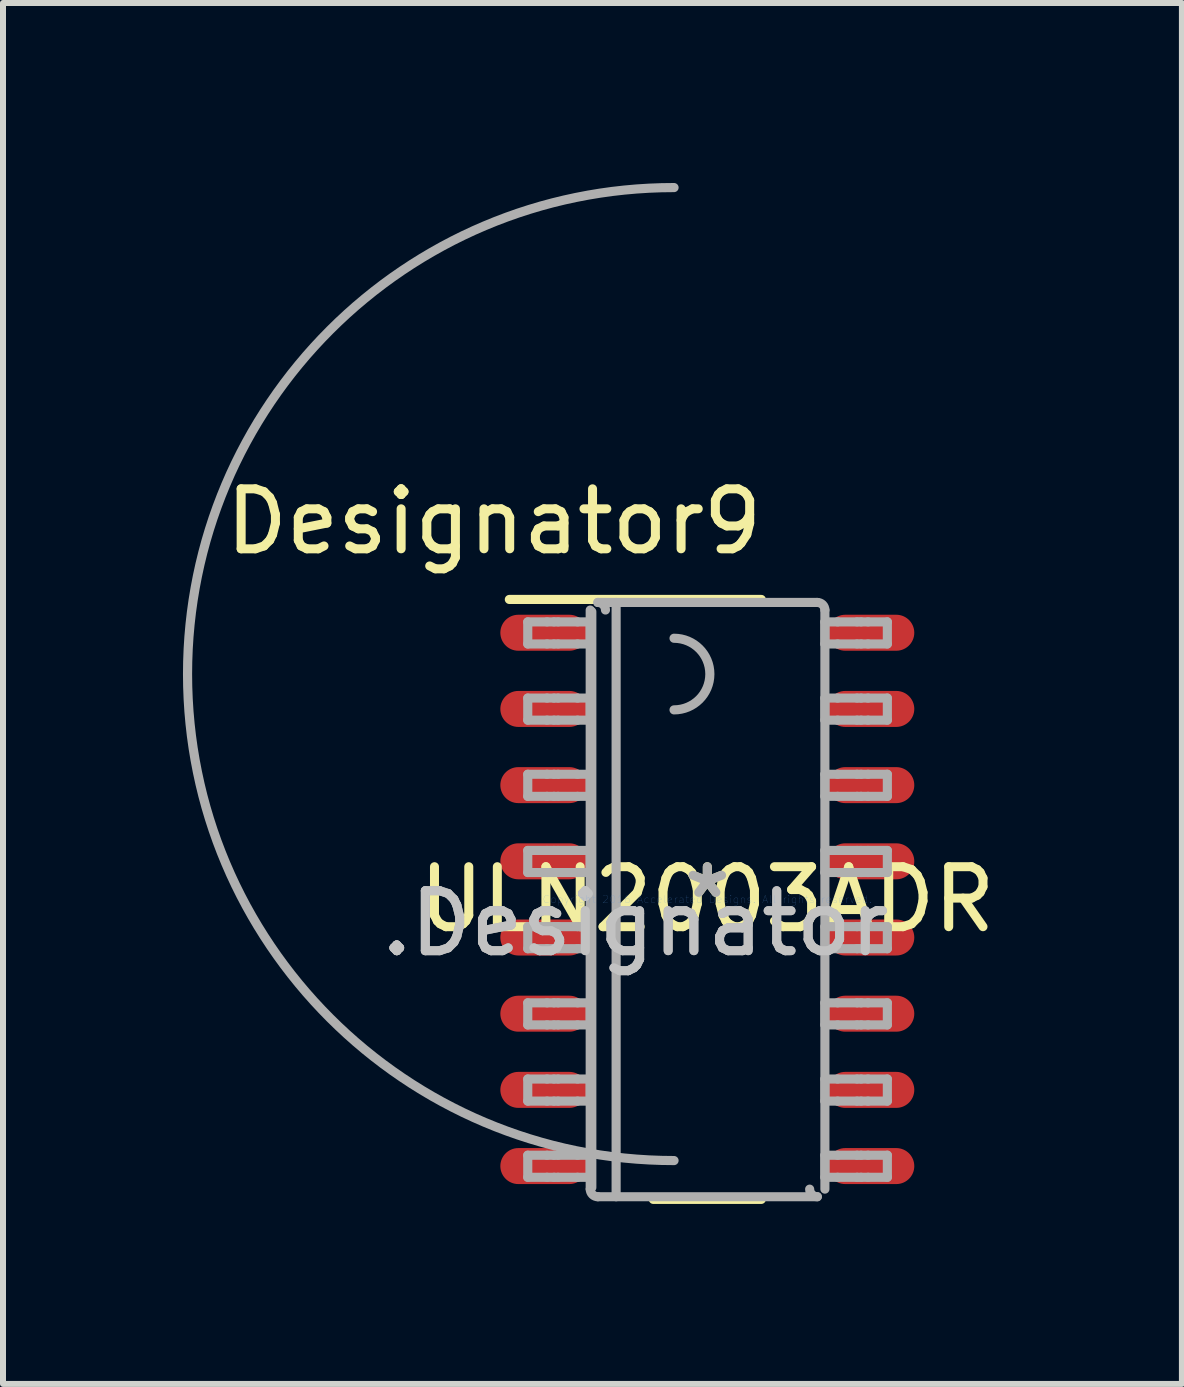
<source format=kicad_pcb>
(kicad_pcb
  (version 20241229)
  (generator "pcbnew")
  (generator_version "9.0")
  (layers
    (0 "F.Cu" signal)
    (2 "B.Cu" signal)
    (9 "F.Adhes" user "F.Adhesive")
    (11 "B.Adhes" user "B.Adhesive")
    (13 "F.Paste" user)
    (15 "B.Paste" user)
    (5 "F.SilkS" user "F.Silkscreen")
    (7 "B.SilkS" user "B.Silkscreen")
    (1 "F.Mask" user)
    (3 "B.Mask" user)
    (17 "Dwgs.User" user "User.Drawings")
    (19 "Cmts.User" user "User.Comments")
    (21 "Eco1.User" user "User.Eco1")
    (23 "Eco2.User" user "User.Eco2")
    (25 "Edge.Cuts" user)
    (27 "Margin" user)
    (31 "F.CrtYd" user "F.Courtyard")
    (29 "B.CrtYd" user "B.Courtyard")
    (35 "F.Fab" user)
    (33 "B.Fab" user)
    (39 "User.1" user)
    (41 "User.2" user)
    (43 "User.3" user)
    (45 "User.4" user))
  (footprint "ULN2003ADR"
    (layer "F.Cu")
    (at 8.74 11.942)
    (property "Reference" "ULN2003ADR" (at 0 0 0) (layer "F.SilkS") (effects (font (size 1 1) (thickness 0.15))))
    (attr through_hole)
    (fp_line (start -3.3 -5) (end 0.9 -5) (stroke (width 0.152) (type solid)) (layer "F.SilkS"))
    (fp_line (start -0.9 5) (end 0.9 5) (stroke (width 0.152) (type solid)) (layer "F.SilkS"))
    (fp_line (start -2.993 -4.626) (end -2.671 -4.626) (stroke (width 0.152) (type solid)) (layer "F.Fab"))
    (fp_line (start -2.993 -4.258) (end -2.993 -4.626) (stroke (width 0.152) (type solid)) (layer "F.Fab"))
    (fp_line (start -2.993 -4.258) (end -2.671 -4.258) (stroke (width 0.152) (type solid)) (layer "F.Fab"))
    (fp_line (start -2.993 -3.356) (end -2.671 -3.356) (stroke (width 0.152) (type solid)) (layer "F.Fab"))
    (fp_line (start -2.993 -2.988) (end -2.993 -3.356) (stroke (width 0.152) (type solid)) (layer "F.Fab"))
    (fp_line (start -2.993 -2.988) (end -2.671 -2.988) (stroke (width 0.152) (type solid)) (layer "F.Fab"))
    (fp_line (start -2.993 -2.086) (end -2.671 -2.086) (stroke (width 0.152) (type solid)) (layer "F.Fab"))
    (fp_line (start -2.993 -1.718) (end -2.993 -2.086) (stroke (width 0.152) (type solid)) (layer "F.Fab"))
    (fp_line (start -2.993 -1.718) (end -2.671 -1.718) (stroke (width 0.152) (type solid)) (layer "F.Fab"))
    (fp_line (start -2.993 -0.816) (end -2.671 -0.816) (stroke (width 0.152) (type solid)) (layer "F.Fab"))
    (fp_line (start -2.993 -0.448) (end -2.993 -0.816) (stroke (width 0.152) (type solid)) (layer "F.Fab"))
    (fp_line (start -2.993 -0.448) (end -2.671 -0.448) (stroke (width 0.152) (type solid)) (layer "F.Fab"))
    (fp_line (start -2.993 0.454) (end -2.671 0.454) (stroke (width 0.152) (type solid)) (layer "F.Fab"))
    (fp_line (start -2.993 0.822) (end -2.993 0.454) (stroke (width 0.152) (type solid)) (layer "F.Fab"))
    (fp_line (start -2.993 0.822) (end -2.671 0.822) (stroke (width 0.152) (type solid)) (layer "F.Fab"))
    (fp_line (start -2.993 1.724) (end -2.671 1.724) (stroke (width 0.152) (type solid)) (layer "F.Fab"))
    (fp_line (start -2.993 2.092) (end -2.993 1.724) (stroke (width 0.152) (type solid)) (layer "F.Fab"))
    (fp_line (start -2.993 2.092) (end -2.671 2.092) (stroke (width 0.152) (type solid)) (layer "F.Fab"))
    (fp_line (start -2.993 2.994) (end -2.671 2.994) (stroke (width 0.152) (type solid)) (layer "F.Fab"))
    (fp_line (start -2.993 3.362) (end -2.993 2.994) (stroke (width 0.152) (type solid)) (layer "F.Fab"))
    (fp_line (start -2.993 3.362) (end -2.671 3.362) (stroke (width 0.152) (type solid)) (layer "F.Fab"))
    (fp_line (start -2.993 4.264) (end -2.671 4.264) (stroke (width 0.152) (type solid)) (layer "F.Fab"))
    (fp_line (start -2.993 4.632) (end -2.993 4.264) (stroke (width 0.152) (type solid)) (layer "F.Fab"))
    (fp_line (start -2.993 4.632) (end -2.671 4.632) (stroke (width 0.152) (type solid)) (layer "F.Fab"))
    (fp_line (start -2.671 -4.626) (end -2.555 -4.626) (stroke (width 0.152) (type solid)) (layer "F.Fab"))
    (fp_line (start -2.671 -4.258) (end -2.555 -4.258) (stroke (width 0.152) (type solid)) (layer "F.Fab"))
    (fp_line (start -2.671 -3.356) (end -2.555 -3.356) (stroke (width 0.152) (type solid)) (layer "F.Fab"))
    (fp_line (start -2.671 -2.988) (end -2.555 -2.988) (stroke (width 0.152) (type solid)) (layer "F.Fab"))
    (fp_line (start -2.671 -2.086) (end -2.555 -2.086) (stroke (width 0.152) (type solid)) (layer "F.Fab"))
    (fp_line (start -2.671 -1.718) (end -2.555 -1.718) (stroke (width 0.152) (type solid)) (layer "F.Fab"))
    (fp_line (start -2.671 -0.816) (end -2.555 -0.816) (stroke (width 0.152) (type solid)) (layer "F.Fab"))
    (fp_line (start -2.671 -0.448) (end -2.555 -0.448) (stroke (width 0.152) (type solid)) (layer "F.Fab"))
    (fp_line (start -2.671 0.454) (end -2.555 0.454) (stroke (width 0.152) (type solid)) (layer "F.Fab"))
    (fp_line (start -2.671 0.822) (end -2.555 0.822) (stroke (width 0.152) (type solid)) (layer "F.Fab"))
    (fp_line (start -2.671 1.724) (end -2.555 1.724) (stroke (width 0.152) (type solid)) (layer "F.Fab"))
    (fp_line (start -2.671 2.092) (end -2.555 2.092) (stroke (width 0.152) (type solid)) (layer "F.Fab"))
    (fp_line (start -2.671 2.994) (end -2.555 2.994) (stroke (width 0.152) (type solid)) (layer "F.Fab"))
    (fp_line (start -2.671 3.362) (end -2.555 3.362) (stroke (width 0.152) (type solid)) (layer "F.Fab"))
    (fp_line (start -2.671 4.264) (end -2.555 4.264) (stroke (width 0.152) (type solid)) (layer "F.Fab"))
    (fp_line (start -2.671 4.632) (end -2.555 4.632) (stroke (width 0.152) (type solid)) (layer "F.Fab"))
    (fp_line (start -2.555 -4.626) (end -2.488 -4.626) (stroke (width 0.152) (type solid)) (layer "F.Fab"))
    (fp_line (start -2.555 -4.258) (end -2.488 -4.258) (stroke (width 0.152) (type solid)) (layer "F.Fab"))
    (fp_line (start -2.555 -3.356) (end -2.488 -3.356) (stroke (width 0.152) (type solid)) (layer "F.Fab"))
    (fp_line (start -2.555 -2.988) (end -2.488 -2.988) (stroke (width 0.152) (type solid)) (layer "F.Fab"))
    (fp_line (start -2.555 -2.086) (end -2.488 -2.086) (stroke (width 0.152) (type solid)) (layer "F.Fab"))
    (fp_line (start -2.555 -1.718) (end -2.488 -1.718) (stroke (width 0.152) (type solid)) (layer "F.Fab"))
    (fp_line (start -2.555 -0.816) (end -2.488 -0.816) (stroke (width 0.152) (type solid)) (layer "F.Fab"))
    (fp_line (start -2.555 -0.448) (end -2.488 -0.448) (stroke (width 0.152) (type solid)) (layer "F.Fab"))
    (fp_line (start -2.555 0.454) (end -2.488 0.454) (stroke (width 0.152) (type solid)) (layer "F.Fab"))
    (fp_line (start -2.555 0.822) (end -2.488 0.822) (stroke (width 0.152) (type solid)) (layer "F.Fab"))
    (fp_line (start -2.555 1.724) (end -2.488 1.724) (stroke (width 0.152) (type solid)) (layer "F.Fab"))
    (fp_line (start -2.555 2.092) (end -2.488 2.092) (stroke (width 0.152) (type solid)) (layer "F.Fab"))
    (fp_line (start -2.555 2.994) (end -2.488 2.994) (stroke (width 0.152) (type solid)) (layer "F.Fab"))
    (fp_line (start -2.555 3.362) (end -2.488 3.362) (stroke (width 0.152) (type solid)) (layer "F.Fab"))
    (fp_line (start -2.555 4.264) (end -2.488 4.264) (stroke (width 0.152) (type solid)) (layer "F.Fab"))
    (fp_line (start -2.555 4.632) (end -2.488 4.632) (stroke (width 0.152) (type solid)) (layer "F.Fab"))
    (fp_line (start -2.488 -4.626) (end -2.163 -4.626) (stroke (width 0.152) (type solid)) (layer "F.Fab"))
    (fp_line (start -2.488 -4.258) (end -2.163 -4.258) (stroke (width 0.152) (type solid)) (layer "F.Fab"))
    (fp_line (start -2.488 -3.356) (end -2.163 -3.356) (stroke (width 0.152) (type solid)) (layer "F.Fab"))
    (fp_line (start -2.488 -2.988) (end -2.163 -2.988) (stroke (width 0.152) (type solid)) (layer "F.Fab"))
    (fp_line (start -2.488 -2.086) (end -2.163 -2.086) (stroke (width 0.152) (type solid)) (layer "F.Fab"))
    (fp_line (start -2.488 -1.718) (end -2.163 -1.718) (stroke (width 0.152) (type solid)) (layer "F.Fab"))
    (fp_line (start -2.488 -0.816) (end -2.163 -0.816) (stroke (width 0.152) (type solid)) (layer "F.Fab"))
    (fp_line (start -2.488 -0.448) (end -2.163 -0.448) (stroke (width 0.152) (type solid)) (layer "F.Fab"))
    (fp_line (start -2.488 0.454) (end -2.163 0.454) (stroke (width 0.152) (type solid)) (layer "F.Fab"))
    (fp_line (start -2.488 0.822) (end -2.163 0.822) (stroke (width 0.152) (type solid)) (layer "F.Fab"))
    (fp_line (start -2.488 1.724) (end -2.163 1.724) (stroke (width 0.152) (type solid)) (layer "F.Fab"))
    (fp_line (start -2.488 2.092) (end -2.163 2.092) (stroke (width 0.152) (type solid)) (layer "F.Fab"))
    (fp_line (start -2.488 2.994) (end -2.163 2.994) (stroke (width 0.152) (type solid)) (layer "F.Fab"))
    (fp_line (start -2.488 3.362) (end -2.163 3.362) (stroke (width 0.152) (type solid)) (layer "F.Fab"))
    (fp_line (start -2.488 4.264) (end -2.163 4.264) (stroke (width 0.152) (type solid)) (layer "F.Fab"))
    (fp_line (start -2.488 4.632) (end -2.163 4.632) (stroke (width 0.152) (type solid)) (layer "F.Fab"))
    (fp_line (start -2.163 -4.626) (end -1.952 -4.626) (stroke (width 0.152) (type solid)) (layer "F.Fab"))
    (fp_line (start -2.163 -4.258) (end -1.952 -4.258) (stroke (width 0.152) (type solid)) (layer "F.Fab"))
    (fp_line (start -2.163 -3.356) (end -1.952 -3.356) (stroke (width 0.152) (type solid)) (layer "F.Fab"))
    (fp_line (start -2.163 -2.988) (end -1.952 -2.988) (stroke (width 0.152) (type solid)) (layer "F.Fab"))
    (fp_line (start -2.163 -2.086) (end -1.952 -2.086) (stroke (width 0.152) (type solid)) (layer "F.Fab"))
    (fp_line (start -2.163 -1.718) (end -1.952 -1.718) (stroke (width 0.152) (type solid)) (layer "F.Fab"))
    (fp_line (start -2.163 -0.816) (end -1.952 -0.816) (stroke (width 0.152) (type solid)) (layer "F.Fab"))
    (fp_line (start -2.163 -0.448) (end -1.952 -0.448) (stroke (width 0.152) (type solid)) (layer "F.Fab"))
    (fp_line (start -2.163 0.454) (end -1.952 0.454) (stroke (width 0.152) (type solid)) (layer "F.Fab"))
    (fp_line (start -2.163 0.822) (end -1.952 0.822) (stroke (width 0.152) (type solid)) (layer "F.Fab"))
    (fp_line (start -2.163 1.724) (end -1.952 1.724) (stroke (width 0.152) (type solid)) (layer "F.Fab"))
    (fp_line (start -2.163 2.092) (end -1.952 2.092) (stroke (width 0.152) (type solid)) (layer "F.Fab"))
    (fp_line (start -2.163 2.994) (end -1.952 2.994) (stroke (width 0.152) (type solid)) (layer "F.Fab"))
    (fp_line (start -2.163 3.362) (end -1.952 3.362) (stroke (width 0.152) (type solid)) (layer "F.Fab"))
    (fp_line (start -2.163 4.264) (end -1.952 4.264) (stroke (width 0.152) (type solid)) (layer "F.Fab"))
    (fp_line (start -2.163 4.632) (end -1.952 4.632) (stroke (width 0.152) (type solid)) (layer "F.Fab"))
    (fp_line (start -1.952 -4.258) (end -1.952 -4.626) (stroke (width 0.152) (type solid)) (layer "F.Fab"))
    (fp_line (start -1.952 -2.988) (end -1.952 -3.356) (stroke (width 0.152) (type solid)) (layer "F.Fab"))
    (fp_line (start -1.952 -1.718) (end -1.952 -2.086) (stroke (width 0.152) (type solid)) (layer "F.Fab"))
    (fp_line (start -1.952 -0.448) (end -1.952 -0.816) (stroke (width 0.152) (type solid)) (layer "F.Fab"))
    (fp_line (start -1.952 0.822) (end -1.952 0.454) (stroke (width 0.152) (type solid)) (layer "F.Fab"))
    (fp_line (start -1.952 2.092) (end -1.952 1.724) (stroke (width 0.152) (type solid)) (layer "F.Fab"))
    (fp_line (start -1.952 3.362) (end -1.952 2.994) (stroke (width 0.152) (type solid)) (layer "F.Fab"))
    (fp_line (start -1.952 4.632) (end -1.952 4.264) (stroke (width 0.152) (type solid)) (layer "F.Fab"))
    (fp_line (start -1.952 4.829) (end -1.952 -4.823) (stroke (width 0.152) (type solid)) (layer "F.Fab"))
    (fp_line (start -1.925 4.803) (end -1.925 -4.797) (stroke (width 0.152) (type solid)) (layer "F.Fab"))
    (fp_line (start -1.825 -4.95) (end 1.834 -4.95) (stroke (width 0.152) (type solid)) (layer "F.Fab"))
    (fp_line (start -1.825 4.956) (end 1.834 4.956) (stroke (width 0.152) (type solid)) (layer "F.Fab"))
    (fp_line (start -1.52 4.956) (end -1.52 -4.95) (stroke (width 0.152) (type solid)) (layer "F.Fab"))
    (fp_line (start 1.96 -4.626) (end 2.172 -4.626) (stroke (width 0.152) (type solid)) (layer "F.Fab"))
    (fp_line (start 1.96 -4.258) (end 1.96 -4.626) (stroke (width 0.152) (type solid)) (layer "F.Fab"))
    (fp_line (start 1.96 -4.258) (end 2.172 -4.258) (stroke (width 0.152) (type solid)) (layer "F.Fab"))
    (fp_line (start 1.96 -3.356) (end 2.172 -3.356) (stroke (width 0.152) (type solid)) (layer "F.Fab"))
    (fp_line (start 1.96 -2.988) (end 1.96 -3.356) (stroke (width 0.152) (type solid)) (layer "F.Fab"))
    (fp_line (start 1.96 -2.988) (end 2.172 -2.988) (stroke (width 0.152) (type solid)) (layer "F.Fab"))
    (fp_line (start 1.96 -2.086) (end 2.172 -2.086) (stroke (width 0.152) (type solid)) (layer "F.Fab"))
    (fp_line (start 1.96 -1.718) (end 1.96 -2.086) (stroke (width 0.152) (type solid)) (layer "F.Fab"))
    (fp_line (start 1.96 -1.718) (end 2.172 -1.718) (stroke (width 0.152) (type solid)) (layer "F.Fab"))
    (fp_line (start 1.96 -0.816) (end 2.172 -0.816) (stroke (width 0.152) (type solid)) (layer "F.Fab"))
    (fp_line (start 1.96 -0.448) (end 1.96 -0.816) (stroke (width 0.152) (type solid)) (layer "F.Fab"))
    (fp_line (start 1.96 -0.448) (end 2.172 -0.448) (stroke (width 0.152) (type solid)) (layer "F.Fab"))
    (fp_line (start 1.96 0.454) (end 2.172 0.454) (stroke (width 0.152) (type solid)) (layer "F.Fab"))
    (fp_line (start 1.96 0.822) (end 1.96 0.454) (stroke (width 0.152) (type solid)) (layer "F.Fab"))
    (fp_line (start 1.96 0.822) (end 2.172 0.822) (stroke (width 0.152) (type solid)) (layer "F.Fab"))
    (fp_line (start 1.96 1.724) (end 2.172 1.724) (stroke (width 0.152) (type solid)) (layer "F.Fab"))
    (fp_line (start 1.96 2.092) (end 1.96 1.724) (stroke (width 0.152) (type solid)) (layer "F.Fab"))
    (fp_line (start 1.96 2.092) (end 2.172 2.092) (stroke (width 0.152) (type solid)) (layer "F.Fab"))
    (fp_line (start 1.96 2.994) (end 2.172 2.994) (stroke (width 0.152) (type solid)) (layer "F.Fab"))
    (fp_line (start 1.96 3.362) (end 1.96 2.994) (stroke (width 0.152) (type solid)) (layer "F.Fab"))
    (fp_line (start 1.96 3.362) (end 2.172 3.362) (stroke (width 0.152) (type solid)) (layer "F.Fab"))
    (fp_line (start 1.96 4.264) (end 2.172 4.264) (stroke (width 0.152) (type solid)) (layer "F.Fab"))
    (fp_line (start 1.96 4.632) (end 1.96 4.264) (stroke (width 0.152) (type solid)) (layer "F.Fab"))
    (fp_line (start 1.96 4.632) (end 2.172 4.632) (stroke (width 0.152) (type solid)) (layer "F.Fab"))
    (fp_line (start 1.96 4.829) (end 1.96 -4.823) (stroke (width 0.152) (type solid)) (layer "F.Fab"))
    (fp_line (start 2.172 -4.626) (end 2.497 -4.626) (stroke (width 0.152) (type solid)) (layer "F.Fab"))
    (fp_line (start 2.172 -4.258) (end 2.497 -4.258) (stroke (width 0.152) (type solid)) (layer "F.Fab"))
    (fp_line (start 2.172 -3.356) (end 2.497 -3.356) (stroke (width 0.152) (type solid)) (layer "F.Fab"))
    (fp_line (start 2.172 -2.988) (end 2.497 -2.988) (stroke (width 0.152) (type solid)) (layer "F.Fab"))
    (fp_line (start 2.172 -2.086) (end 2.497 -2.086) (stroke (width 0.152) (type solid)) (layer "F.Fab"))
    (fp_line (start 2.172 -1.718) (end 2.497 -1.718) (stroke (width 0.152) (type solid)) (layer "F.Fab"))
    (fp_line (start 2.172 -0.816) (end 2.497 -0.816) (stroke (width 0.152) (type solid)) (layer "F.Fab"))
    (fp_line (start 2.172 -0.448) (end 2.497 -0.448) (stroke (width 0.152) (type solid)) (layer "F.Fab"))
    (fp_line (start 2.172 0.454) (end 2.497 0.454) (stroke (width 0.152) (type solid)) (layer "F.Fab"))
    (fp_line (start 2.172 0.822) (end 2.497 0.822) (stroke (width 0.152) (type solid)) (layer "F.Fab"))
    (fp_line (start 2.172 1.724) (end 2.497 1.724) (stroke (width 0.152) (type solid)) (layer "F.Fab"))
    (fp_line (start 2.172 2.092) (end 2.497 2.092) (stroke (width 0.152) (type solid)) (layer "F.Fab"))
    (fp_line (start 2.172 2.994) (end 2.497 2.994) (stroke (width 0.152) (type solid)) (layer "F.Fab"))
    (fp_line (start 2.172 3.362) (end 2.497 3.362) (stroke (width 0.152) (type solid)) (layer "F.Fab"))
    (fp_line (start 2.172 4.264) (end 2.497 4.264) (stroke (width 0.152) (type solid)) (layer "F.Fab"))
    (fp_line (start 2.172 4.632) (end 2.497 4.632) (stroke (width 0.152) (type solid)) (layer "F.Fab"))
    (fp_line (start 2.497 -4.626) (end 2.563 -4.626) (stroke (width 0.152) (type solid)) (layer "F.Fab"))
    (fp_line (start 2.497 -4.258) (end 2.563 -4.258) (stroke (width 0.152) (type solid)) (layer "F.Fab"))
    (fp_line (start 2.497 -3.356) (end 2.563 -3.356) (stroke (width 0.152) (type solid)) (layer "F.Fab"))
    (fp_line (start 2.497 -2.988) (end 2.563 -2.988) (stroke (width 0.152) (type solid)) (layer "F.Fab"))
    (fp_line (start 2.497 -2.086) (end 2.563 -2.086) (stroke (width 0.152) (type solid)) (layer "F.Fab"))
    (fp_line (start 2.497 -1.718) (end 2.563 -1.718) (stroke (width 0.152) (type solid)) (layer "F.Fab"))
    (fp_line (start 2.497 -0.816) (end 2.563 -0.816) (stroke (width 0.152) (type solid)) (layer "F.Fab"))
    (fp_line (start 2.497 -0.448) (end 2.563 -0.448) (stroke (width 0.152) (type solid)) (layer "F.Fab"))
    (fp_line (start 2.497 0.454) (end 2.563 0.454) (stroke (width 0.152) (type solid)) (layer "F.Fab"))
    (fp_line (start 2.497 0.822) (end 2.563 0.822) (stroke (width 0.152) (type solid)) (layer "F.Fab"))
    (fp_line (start 2.497 1.724) (end 2.563 1.724) (stroke (width 0.152) (type solid)) (layer "F.Fab"))
    (fp_line (start 2.497 2.092) (end 2.563 2.092) (stroke (width 0.152) (type solid)) (layer "F.Fab"))
    (fp_line (start 2.497 2.994) (end 2.563 2.994) (stroke (width 0.152) (type solid)) (layer "F.Fab"))
    (fp_line (start 2.497 3.362) (end 2.563 3.362) (stroke (width 0.152) (type solid)) (layer "F.Fab"))
    (fp_line (start 2.497 4.264) (end 2.563 4.264) (stroke (width 0.152) (type solid)) (layer "F.Fab"))
    (fp_line (start 2.497 4.632) (end 2.563 4.632) (stroke (width 0.152) (type solid)) (layer "F.Fab"))
    (fp_line (start 2.563 -4.626) (end 2.679 -4.626) (stroke (width 0.152) (type solid)) (layer "F.Fab"))
    (fp_line (start 2.563 -4.258) (end 2.679 -4.258) (stroke (width 0.152) (type solid)) (layer "F.Fab"))
    (fp_line (start 2.563 -3.356) (end 2.679 -3.356) (stroke (width 0.152) (type solid)) (layer "F.Fab"))
    (fp_line (start 2.563 -2.988) (end 2.679 -2.988) (stroke (width 0.152) (type solid)) (layer "F.Fab"))
    (fp_line (start 2.563 -2.086) (end 2.679 -2.086) (stroke (width 0.152) (type solid)) (layer "F.Fab"))
    (fp_line (start 2.563 -1.718) (end 2.679 -1.718) (stroke (width 0.152) (type solid)) (layer "F.Fab"))
    (fp_line (start 2.563 -0.816) (end 2.679 -0.816) (stroke (width 0.152) (type solid)) (layer "F.Fab"))
    (fp_line (start 2.563 -0.448) (end 2.679 -0.448) (stroke (width 0.152) (type solid)) (layer "F.Fab"))
    (fp_line (start 2.563 0.454) (end 2.679 0.454) (stroke (width 0.152) (type solid)) (layer "F.Fab"))
    (fp_line (start 2.563 0.822) (end 2.679 0.822) (stroke (width 0.152) (type solid)) (layer "F.Fab"))
    (fp_line (start 2.563 1.724) (end 2.679 1.724) (stroke (width 0.152) (type solid)) (layer "F.Fab"))
    (fp_line (start 2.563 2.092) (end 2.679 2.092) (stroke (width 0.152) (type solid)) (layer "F.Fab"))
    (fp_line (start 2.563 2.994) (end 2.679 2.994) (stroke (width 0.152) (type solid)) (layer "F.Fab"))
    (fp_line (start 2.563 3.362) (end 2.679 3.362) (stroke (width 0.152) (type solid)) (layer "F.Fab"))
    (fp_line (start 2.563 4.264) (end 2.679 4.264) (stroke (width 0.152) (type solid)) (layer "F.Fab"))
    (fp_line (start 2.563 4.632) (end 2.679 4.632) (stroke (width 0.152) (type solid)) (layer "F.Fab"))
    (fp_line (start 2.679 -4.626) (end 3.001 -4.626) (stroke (width 0.152) (type solid)) (layer "F.Fab"))
    (fp_line (start 2.679 -4.258) (end 3.001 -4.258) (stroke (width 0.152) (type solid)) (layer "F.Fab"))
    (fp_line (start 2.679 -3.356) (end 3.001 -3.356) (stroke (width 0.152) (type solid)) (layer "F.Fab"))
    (fp_line (start 2.679 -2.988) (end 3.001 -2.988) (stroke (width 0.152) (type solid)) (layer "F.Fab"))
    (fp_line (start 2.679 -2.086) (end 3.001 -2.086) (stroke (width 0.152) (type solid)) (layer "F.Fab"))
    (fp_line (start 2.679 -1.718) (end 3.001 -1.718) (stroke (width 0.152) (type solid)) (layer "F.Fab"))
    (fp_line (start 2.679 -0.816) (end 3.001 -0.816) (stroke (width 0.152) (type solid)) (layer "F.Fab"))
    (fp_line (start 2.679 -0.448) (end 3.001 -0.448) (stroke (width 0.152) (type solid)) (layer "F.Fab"))
    (fp_line (start 2.679 0.454) (end 3.001 0.454) (stroke (width 0.152) (type solid)) (layer "F.Fab"))
    (fp_line (start 2.679 0.822) (end 3.001 0.822) (stroke (width 0.152) (type solid)) (layer "F.Fab"))
    (fp_line (start 2.679 1.724) (end 3.001 1.724) (stroke (width 0.152) (type solid)) (layer "F.Fab"))
    (fp_line (start 2.679 2.092) (end 3.001 2.092) (stroke (width 0.152) (type solid)) (layer "F.Fab"))
    (fp_line (start 2.679 2.994) (end 3.001 2.994) (stroke (width 0.152) (type solid)) (layer "F.Fab"))
    (fp_line (start 2.679 3.362) (end 3.001 3.362) (stroke (width 0.152) (type solid)) (layer "F.Fab"))
    (fp_line (start 2.679 4.264) (end 3.001 4.264) (stroke (width 0.152) (type solid)) (layer "F.Fab"))
    (fp_line (start 2.679 4.632) (end 3.001 4.632) (stroke (width 0.152) (type solid)) (layer "F.Fab"))
    (fp_line (start 3.001 -4.258) (end 3.001 -4.626) (stroke (width 0.152) (type solid)) (layer "F.Fab"))
    (fp_line (start 3.001 -2.988) (end 3.001 -3.356) (stroke (width 0.152) (type solid)) (layer "F.Fab"))
    (fp_line (start 3.001 -1.718) (end 3.001 -2.086) (stroke (width 0.152) (type solid)) (layer "F.Fab"))
    (fp_line (start 3.001 -0.448) (end 3.001 -0.816) (stroke (width 0.152) (type solid)) (layer "F.Fab"))
    (fp_line (start 3.001 0.822) (end 3.001 0.454) (stroke (width 0.152) (type solid)) (layer "F.Fab"))
    (fp_line (start 3.001 2.092) (end 3.001 1.724) (stroke (width 0.152) (type solid)) (layer "F.Fab"))
    (fp_line (start 3.001 3.362) (end 3.001 2.994) (stroke (width 0.152) (type solid)) (layer "F.Fab"))
    (fp_line (start 3.001 4.632) (end 3.001 4.264) (stroke (width 0.152) (type solid)) (layer "F.Fab"))
    (fp_arc (start -1.824538 -4.95) (mid -1.735068 -4.913136) (end -1.697537 -4.823943) (stroke (width 0.1524) (type solid)) (layer "F.Fab"))
    (fp_arc (start -1.824525 4.956) (mid -1.914004 4.919132) (end -1.951539 4.82993) (stroke (width 0.1524) (type solid)) (layer "F.Fab"))
    (fp_arc (start -0.554543 -4.3531) (mid 0.042357 -3.7562) (end -0.554543 -3.1593) (stroke (width 0.1524) (type solid)) (layer "F.Fab"))
    (fp_arc (start -0.554543 4.3531) (mid -8.663843 -3.7562) (end -0.554543 -11.8655) (stroke (width 0.1524) (type solid)) (layer "F.Fab"))
    (fp_arc (start 1.833052 4.956) (mid 1.743582 4.919136) (end 1.706051 4.829943) (stroke (width 0.1524) (type solid)) (layer "F.Fab"))
    (fp_arc (start 1.833065 -4.95) (mid 1.922526 -4.913139) (end 1.960053 -4.823956) (stroke (width 0.1524) (type solid)) (layer "F.Fab"))
    (fp_text user "*" (at 0 0 0) (layer "F.SilkS") (effects (font (size 1 1) (thickness 0.15))))
    (fp_text user "Designator9" (at -3.556 -6.299 0) (layer "F.SilkS") (effects (font (size 1 1) (thickness 0.15))))
    (fp_text user ".Designator" (at -1.2 0.4 0) (layer "Dwgs.User") (effects (font (size 1 1) (thickness 0.15))))
    (fp_text user "Copyright 2016 Accelerated Designs. All rights reserved." (at 0 0 0) (layer "Cmts.User") (effects (font (size 0.127 0.127) (thickness 0.002))))
    (fp_text user "*" (at 0 0 0) (layer "F.Fab") (effects (font (size 1 1) (thickness 0.15))))
    (fp_text user ".Designator" (at -1.2 0.4 0) (layer "F.Fab") (effects (font (size 1 1) (thickness 0.15))))
    (pad "1" smd oval (at -2.725 -4.445 90) (size 0.6 1.45) (layers "F.Cu" "F.Mask" "F.Paste"))
    (pad "2" smd oval (at -2.725 -3.175 90) (size 0.6 1.45) (layers "F.Cu" "F.Mask" "F.Paste"))
    (pad "3" smd oval (at -2.725 -1.905 90) (size 0.6 1.45) (layers "F.Cu" "F.Mask" "F.Paste"))
    (pad "4" smd oval (at -2.725 -0.635 90) (size 0.6 1.45) (layers "F.Cu" "F.Mask" "F.Paste"))
    (pad "5" smd oval (at -2.725 0.635 90) (size 0.6 1.45) (layers "F.Cu" "F.Mask" "F.Paste"))
    (pad "6" smd oval (at -2.725 1.905 90) (size 0.6 1.45) (layers "F.Cu" "F.Mask" "F.Paste"))
    (pad "7" smd oval (at -2.725 3.175 90) (size 0.6 1.45) (layers "F.Cu" "F.Mask" "F.Paste"))
    (pad "8" smd oval (at -2.725 4.445 90) (size 0.6 1.45) (layers "F.Cu" "F.Mask" "F.Paste"))
    (pad "9" smd oval (at 2.725 4.445 90) (size 0.6 1.45) (layers "F.Cu" "F.Mask" "F.Paste"))
    (pad "10" smd oval (at 2.725 3.175 90) (size 0.6 1.45) (layers "F.Cu" "F.Mask" "F.Paste"))
    (pad "11" smd oval (at 2.725 1.905 90) (size 0.6 1.45) (layers "F.Cu" "F.Mask" "F.Paste"))
    (pad "12" smd oval (at 2.725 0.635 90) (size 0.6 1.45) (layers "F.Cu" "F.Mask" "F.Paste"))
    (pad "13" smd oval (at 2.725 -0.635 90) (size 0.6 1.45) (layers "F.Cu" "F.Mask" "F.Paste"))
    (pad "14" smd oval (at 2.725 -1.905 90) (size 0.6 1.45) (layers "F.Cu" "F.Mask" "F.Paste"))
    (pad "15" smd oval (at 2.725 -3.175 90) (size 0.6 1.45) (layers "F.Cu" "F.Mask" "F.Paste"))
    (pad "16" smd oval (at 2.725 -4.445 90) (size 0.6 1.45) (layers "F.Cu" "F.Mask" "F.Paste")))
  (gr_rect
    (start -3 -3)
    (end 16.651 20.018)
    (stroke (width 0.1) (type default))
    (fill no)
    (layer "Edge.Cuts")))
</source>
